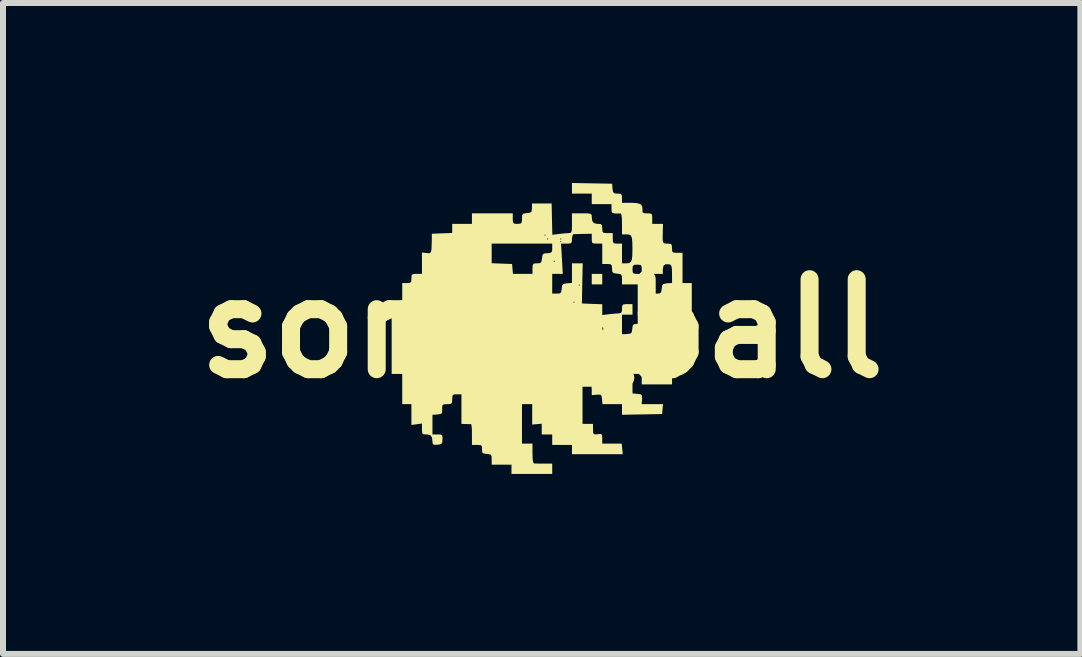
<source format=kicad_pcb>
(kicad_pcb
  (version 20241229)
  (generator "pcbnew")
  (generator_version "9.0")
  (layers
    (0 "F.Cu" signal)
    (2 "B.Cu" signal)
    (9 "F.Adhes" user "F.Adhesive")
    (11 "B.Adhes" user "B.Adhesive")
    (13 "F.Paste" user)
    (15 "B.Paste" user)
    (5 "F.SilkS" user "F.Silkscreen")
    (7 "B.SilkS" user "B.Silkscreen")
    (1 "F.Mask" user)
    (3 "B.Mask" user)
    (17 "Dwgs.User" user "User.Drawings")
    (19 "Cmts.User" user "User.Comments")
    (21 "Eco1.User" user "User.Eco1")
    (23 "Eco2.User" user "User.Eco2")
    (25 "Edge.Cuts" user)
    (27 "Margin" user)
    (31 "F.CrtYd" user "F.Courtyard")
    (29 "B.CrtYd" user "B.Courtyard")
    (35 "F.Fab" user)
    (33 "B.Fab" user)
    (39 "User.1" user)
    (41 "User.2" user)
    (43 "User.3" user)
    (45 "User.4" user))
  (footprint "sonic_ball"
    (layer "F.Cu")
    (at 5.979 2.425)
    (property "Reference" "sonic_ball" (at 0 0 0) (layer "F.SilkS") (effects (font (size 1.5 1.5) (thickness 0.3))))
    (attr board_only exclude_from_pos_files exclude_from_bom)
    (fp_poly (pts (xy 1.009 -0.823) (xy 1.009 -0.735) (xy 0.921 -0.735) (xy 0.834 -0.735) (xy 0.834 -0.823) (xy 0.834 -0.91) (xy 0.921 -0.91) (xy 1.009 -0.91)) (stroke (width 0) (type solid)) (fill yes) (layer "F.SilkS"))
    (fp_poly (pts (xy 0.839 -2.419) (xy 1.173 -2.413) (xy 1.18 -2.331) (xy 1.188 -2.277) (xy 1.207 -2.254) (xy 1.252 -2.248) (xy 1.263 -2.248) (xy 1.313 -2.245) (xy 1.334 -2.225) (xy 1.338 -2.177) (xy 1.338 -2.172) (xy 1.338 -2.095) (xy 1.491 -2.095) (xy 1.586 -2.09) (xy 1.644 -2.074) (xy 1.673 -2.041) (xy 1.68 -1.987) (xy 1.679 -1.969) (xy 1.681 -1.936) (xy 1.705 -1.922) (xy 1.758 -1.919) (xy 1.812 -1.917) (xy 1.836 -1.902) (xy 1.842 -1.861) (xy 1.842 -1.832) (xy 1.842 -1.744) (xy 1.932 -1.744) (xy 2.021 -1.744) (xy 2.018 -1.618) (xy 2.016 -1.523) (xy 2.017 -1.463) (xy 2.026 -1.431) (xy 2.044 -1.418) (xy 2.076 -1.415) (xy 2.095 -1.415) (xy 2.146 -1.411) (xy 2.167 -1.392) (xy 2.171 -1.344) (xy 2.172 -1.338) (xy 2.174 -1.289) (xy 2.191 -1.267) (xy 2.233 -1.261) (xy 2.259 -1.261) (xy 2.347 -1.261) (xy 2.347 -1.009) (xy 2.347 -0.757) (xy 2.424 -0.757) (xy 2.501 -0.757) (xy 2.501 -0.252) (xy 2.501 0.252) (xy 2.424 0.252) (xy 2.347 0.252) (xy 2.347 0.511) (xy 2.347 0.769) (xy 2.259 0.76) (xy 2.172 0.752) (xy 2.172 0.842) (xy 2.172 0.932) (xy 1.919 0.932) (xy 1.667 0.932) (xy 1.667 0.844) (xy 1.665 0.788) (xy 1.65 0.763) (xy 1.613 0.757) (xy 1.59 0.757) (xy 1.513 0.757) (xy 1.513 0.92) (xy 1.513 1.083) (xy 1.596 1.09) (xy 1.649 1.097) (xy 1.671 1.116) (xy 1.673 1.16) (xy 1.672 1.179) (xy 1.666 1.261) (xy 1.843 1.261) (xy 2.021 1.261) (xy 2.014 1.343) (xy 2.007 1.426) (xy 1.672 1.432) (xy 1.338 1.438) (xy 1.338 1.35) (xy 1.338 1.261) (xy 1.175 1.261) (xy 1.012 1.261) (xy 1.005 1.179) (xy 0.998 1.125) (xy 0.979 1.104) (xy 0.936 1.102) (xy 0.916 1.104) (xy 0.834 1.111) (xy 0.834 1.022) (xy 0.831 0.965) (xy 0.818 0.939) (xy 0.781 0.932) (xy 0.757 0.932) (xy 0.68 0.932) (xy 0.68 1.261) (xy 0.68 1.59) (xy 0.768 1.59) (xy 0.855 1.59) (xy 0.855 1.68) (xy 0.857 1.737) (xy 0.87 1.762) (xy 0.903 1.765) (xy 0.932 1.762) (xy 0.982 1.758) (xy 1.004 1.772) (xy 1.009 1.813) (xy 1.009 1.836) (xy 1.009 1.919) (xy 1.171 1.919) (xy 1.333 1.919) (xy 1.342 2.007) (xy 1.35 2.095) (xy 0.927 2.095) (xy 0.504 2.095) (xy 0.504 2.018) (xy 0.504 1.941) (xy 0.34 1.941) (xy 0.175 1.941) (xy 0.175 1.853) (xy 0.175 1.766) (xy 0.088 1.766) (xy 0 1.766) (xy 0 1.676) (xy 0 1.587) (xy -0.08 1.594) (xy -0.159 1.601) (xy -0.159 1.431) (xy -0.158 1.261) (xy -0.244 1.261) (xy -0.329 1.261) (xy -0.329 1.59) (xy -0.329 1.919) (xy -0.241 1.919) (xy -0.154 1.919) (xy -0.154 2.084) (xy -0.151 2.177) (xy -0.142 2.232) (xy -0.127 2.25) (xy -0.126 2.25) (xy -0.091 2.251) (xy -0.027 2.252) (xy 0.038 2.252) (xy 0.175 2.252) (xy 0.175 2.338) (xy 0.175 2.424) (xy -0.165 2.424) (xy -0.504 2.424) (xy -0.504 2.347) (xy -0.504 2.27) (xy -0.669 2.27) (xy -0.834 2.27) (xy -0.834 2.184) (xy -0.836 2.128) (xy -0.852 2.102) (xy -0.894 2.093) (xy -0.916 2.091) (xy -0.97 2.083) (xy -0.992 2.064) (xy -0.995 2.022) (xy -0.995 2.012) (xy -0.996 1.966) (xy -1.012 1.946) (xy -1.056 1.941) (xy -1.077 1.941) (xy -1.163 1.941) (xy -1.163 1.766) (xy -1.164 1.685) (xy -1.169 1.624) (xy -1.177 1.594) (xy -1.179 1.593) (xy -1.211 1.594) (xy -1.264 1.593) (xy -1.267 1.593) (xy -1.338 1.59) (xy -1.338 1.343) (xy -1.338 1.097) (xy -1.415 1.097) (xy -1.465 1.1) (xy -1.487 1.117) (xy -1.491 1.163) (xy -1.492 1.179) (xy -1.494 1.232) (xy -1.51 1.255) (xy -1.553 1.261) (xy -1.576 1.261) (xy -1.631 1.264) (xy -1.655 1.279) (xy -1.659 1.32) (xy -1.659 1.343) (xy -1.66 1.398) (xy -1.676 1.422) (xy -1.721 1.431) (xy -1.738 1.433) (xy -1.821 1.439) (xy -1.821 1.603) (xy -1.821 1.766) (xy -1.736 1.766) (xy -1.681 1.768) (xy -1.658 1.784) (xy -1.653 1.825) (xy -1.654 1.848) (xy -1.658 1.902) (xy -1.677 1.927) (xy -1.724 1.936) (xy -1.738 1.937) (xy -1.792 1.939) (xy -1.815 1.926) (xy -1.821 1.892) (xy -1.821 1.889) (xy -1.828 1.817) (xy -1.856 1.779) (xy -1.91 1.766) (xy -1.922 1.766) (xy -1.969 1.763) (xy -1.99 1.747) (xy -1.996 1.705) (xy -1.996 1.675) (xy -1.996 1.584) (xy -2.084 1.596) (xy -2.172 1.608) (xy -2.172 1.435) (xy -2.172 1.261) (xy -2.248 1.261) (xy -2.325 1.261) (xy -2.325 1.009) (xy -2.325 0.757) (xy -2.413 0.757) (xy -2.501 0.757) (xy -2.501 0.252) (xy -2.501 -0.002) (xy 1.011 -0.002) (xy 1.015 0.027) (xy 1.022 0.027) (xy 1.027 -0.002) (xy 1.024 -0.015) (xy 1.014 -0.023) (xy 1.011 -0.002) (xy -2.501 -0.002) (xy -2.501 -0.252) (xy -2.413 -0.252) (xy -2.325 -0.252) (xy -2.325 -0.439) (xy 0.526 -0.439) (xy 0.537 -0.428) (xy 0.548 -0.439) (xy 0.537 -0.45) (xy 0.526 -0.439) (xy -2.325 -0.439) (xy -2.325 -0.504) (xy -2.325 -0.724) (xy -1.36 -0.724) (xy -1.349 -0.713) (xy -1.338 -0.724) (xy -1.349 -0.735) (xy -1.36 -0.724) (xy -2.325 -0.724) (xy -2.325 -0.757) (xy -2.248 -0.757) (xy -2.197 -0.76) (xy -2.176 -0.779) (xy -2.172 -0.828) (xy -2.172 -0.834) (xy -2.169 -0.883) (xy -2.152 -0.905) (xy -2.11 -0.91) (xy -2.084 -0.91) (xy -1.996 -0.91) (xy -1.996 -1.088) (xy -1.996 -1.251) (xy -0.834 -1.251) (xy -0.834 -1.088) (xy -0.664 -1.081) (xy -0.494 -1.075) (xy -0.487 -0.993) (xy -0.48 -0.91) (xy -0.317 -0.91) (xy -0.154 -0.91) (xy 0.175 -0.91) (xy 0.175 -0.746) (xy 0.175 -0.581) (xy 0.251 -0.581) (xy 0.301 -0.585) (xy 0.323 -0.604) (xy 0.332 -0.652) (xy 0.333 -0.664) (xy 0.341 -0.718) (xy 0.346 -0.724) (xy 0.614 -0.724) (xy 0.625 -0.713) (xy 0.636 -0.724) (xy 0.625 -0.735) (xy 0.614 -0.724) (xy 0.346 -0.724) (xy 0.362 -0.742) (xy 0.411 -0.752) (xy 0.422 -0.753) (xy 0.504 -0.759) (xy 0.504 -0.923) (xy 0.504 -1.086) (xy 0.594 -1.086) (xy 0.683 -1.086) (xy 0.676 -0.751) (xy 0.67 -0.417) (xy 0.839 -0.41) (xy 1.009 -0.404) (xy 1.009 -0.314) (xy 1.009 -0.224) (xy 1.124 -0.238) (xy 1.2 -0.246) (xy 1.265 -0.251) (xy 1.289 -0.252) (xy 1.322 -0.259) (xy 1.336 -0.288) (xy 1.338 -0.329) (xy 1.341 -0.378) (xy 1.357 -0.4) (xy 1.4 -0.406) (xy 1.426 -0.406) (xy 1.513 -0.406) (xy 1.513 -0.318) (xy 1.513 -0.23) (xy 1.426 -0.23) (xy 1.338 -0.23) (xy 1.338 -0.067) (xy 1.338 0.097) (xy 1.42 0.092) (xy 1.474 0.086) (xy 1.499 0.066) (xy 1.508 0.018) (xy 1.509 0.005) (xy 1.517 -0.048) (xy 1.537 -0.071) (xy 1.582 -0.077) (xy 1.597 -0.077) (xy 1.65 -0.074) (xy 1.673 -0.057) (xy 1.678 -0.013) (xy 1.678 0.005) (xy 1.681 0.059) (xy 1.697 0.082) (xy 1.74 0.088) (xy 1.755 0.088) (xy 1.832 0.088) (xy 1.838 -0.159) (xy 1.844 -0.406) (xy 1.755 -0.406) (xy 1.667 -0.406) (xy 1.667 -0.57) (xy 1.667 -0.735) (xy 1.503 -0.735) (xy 1.338 -0.735) (xy 1.338 -0.821) (xy 1.335 -0.877) (xy 1.319 -0.903) (xy 1.278 -0.912) (xy 1.256 -0.914) (xy 1.202 -0.922) (xy 1.178 -0.942) (xy 1.172 -0.987) (xy 1.513 -0.987) (xy 1.517 -0.936) (xy 1.536 -0.914) (xy 1.584 -0.91) (xy 1.59 -0.91) (xy 1.642 -0.907) (xy 1.663 -0.888) (xy 1.667 -0.839) (xy 1.667 -0.834) (xy 1.671 -0.781) (xy 1.69 -0.759) (xy 1.727 -0.754) (xy 1.782 -0.753) (xy 1.815 -0.755) (xy 1.835 -0.738) (xy 1.842 -0.679) (xy 1.842 -0.67) (xy 1.845 -0.613) (xy 1.859 -0.588) (xy 1.895 -0.581) (xy 1.918 -0.581) (xy 1.968 -0.585) (xy 1.99 -0.604) (xy 1.999 -0.652) (xy 2 -0.664) (xy 2.008 -0.718) (xy 2.029 -0.742) (xy 2.078 -0.752) (xy 2.089 -0.753) (xy 2.172 -0.759) (xy 2.172 -0.909) (xy 2.17 -0.991) (xy 2.163 -1.038) (xy 2.148 -1.061) (xy 2.133 -1.068) (xy 2.067 -1.072) (xy 2.029 -1.045) (xy 2.018 -0.985) (xy 2.018 -0.91) (xy 1.842 -0.91) (xy 1.667 -0.91) (xy 1.667 -0.987) (xy 1.664 -1.039) (xy 1.644 -1.06) (xy 1.596 -1.064) (xy 1.59 -1.064) (xy 1.539 -1.06) (xy 1.518 -1.041) (xy 1.513 -0.993) (xy 1.513 -0.987) (xy 1.172 -0.987) (xy 1.172 -0.987) (xy 1.172 -0.998) (xy 1.168 -1.049) (xy 1.149 -1.07) (xy 1.103 -1.075) (xy 1.09 -1.075) (xy 1.009 -1.075) (xy 1.009 -1.245) (xy 1.009 -1.415) (xy 0.921 -1.415) (xy 0.865 -1.417) (xy 0.84 -1.432) (xy 0.834 -1.47) (xy 0.834 -1.497) (xy 0.834 -1.579) (xy 0.691 -1.576) (xy 0.614 -1.575) (xy 0.554 -1.572) (xy 0.526 -1.571) (xy 0.512 -1.55) (xy 0.505 -1.501) (xy 0.504 -1.492) (xy 0.502 -1.443) (xy 0.486 -1.421) (xy 0.445 -1.415) (xy 0.413 -1.415) (xy 0.322 -1.415) (xy 0.337 -1.163) (xy 0.351 -0.91) (xy 0.263 -0.91) (xy 0.175 -0.91) (xy -0.154 -0.91) (xy -0.154 -0.998) (xy -0.151 -1.054) (xy -0.137 -1.079) (xy -0.1 -1.086) (xy -0.078 -1.086) (xy -0.028 -1.089) (xy -0.006 -1.108) (xy -0.004 -1.119) (xy 0.197 -1.119) (xy 0.208 -1.108) (xy 0.219 -1.119) (xy 0.208 -1.13) (xy 0.197 -1.119) (xy -0.004 -1.119) (xy 0.003 -1.156) (xy 0.004 -1.168) (xy 0.014 -1.225) (xy 0.036 -1.249) (xy 0.055 -1.252) (xy 0.124 -1.257) (xy 0.16 -1.268) (xy 0.173 -1.292) (xy 0.175 -1.337) (xy 0.175 -1.338) (xy 0.175 -1.415) (xy -0.329 -1.415) (xy -0.834 -1.415) (xy -0.834 -1.251) (xy -1.996 -1.251) (xy -1.996 -1.266) (xy -1.919 -1.257) (xy -1.883 -1.254) (xy -1.858 -1.26) (xy -1.844 -1.282) (xy -1.837 -1.328) (xy -1.834 -1.405) (xy -1.833 -1.448) (xy 0.307 -1.448) (xy 0.318 -1.437) (xy 0.329 -1.448) (xy 0.318 -1.459) (xy 0.307 -1.448) (xy -1.833 -1.448) (xy -1.832 -1.492) (xy 0.088 -1.492) (xy 0.099 -1.481) (xy 0.11 -1.492) (xy 0.307 -1.492) (xy 0.318 -1.481) (xy 0.329 -1.492) (xy 0.318 -1.503) (xy 0.307 -1.492) (xy 0.11 -1.492) (xy 0.099 -1.503) (xy 0.088 -1.492) (xy -1.832 -1.492) (xy -1.832 -1.557) (xy 0.044 -1.557) (xy 0.055 -1.546) (xy 0.066 -1.557) (xy 0.055 -1.568) (xy 0.044 -1.557) (xy -1.832 -1.557) (xy -1.832 -1.579) (xy -1.662 -1.586) (xy -1.492 -1.592) (xy -1.492 -1.668) (xy -1.492 -1.744) (xy -1.327 -1.744) (xy -1.163 -1.744) (xy -1.163 -1.832) (xy -1.163 -1.919) (xy -0.823 -1.919) (xy -0.483 -1.919) (xy -0.483 -1.832) (xy -0.48 -1.775) (xy -0.466 -1.75) (xy -0.428 -1.744) (xy -0.406 -1.744) (xy -0.356 -1.747) (xy -0.335 -1.763) (xy -0.329 -1.807) (xy -0.329 -1.83) (xy -0.326 -1.886) (xy -0.31 -1.912) (xy -0.269 -1.921) (xy -0.247 -1.923) (xy -0.193 -1.931) (xy -0.169 -1.951) (xy -0.163 -1.996) (xy -0.163 -2.007) (xy -0.162 -2.084) (xy 0.001 -2.084) (xy 0.165 -2.084) (xy 0.171 -1.823) (xy 0.177 -1.562) (xy 0.291 -1.576) (xy 0.367 -1.584) (xy 0.432 -1.589) (xy 0.455 -1.59) (xy 0.48 -1.593) (xy 0.495 -1.608) (xy 0.502 -1.643) (xy 0.504 -1.709) (xy 0.504 -1.755) (xy 0.504 -1.919) (xy 0.669 -1.919) (xy 0.753 -1.919) (xy 0.802 -1.914) (xy 0.825 -1.904) (xy 0.833 -1.884) (xy 0.834 -1.866) (xy 0.841 -1.794) (xy 0.87 -1.756) (xy 0.925 -1.744) (xy 0.935 -1.744) (xy 0.984 -1.74) (xy 1.005 -1.721) (xy 1.009 -1.671) (xy 1.009 -1.667) (xy 1.012 -1.618) (xy 1.028 -1.596) (xy 1.071 -1.59) (xy 1.097 -1.59) (xy 1.184 -1.59) (xy 1.184 -1.503) (xy 1.187 -1.446) (xy 1.201 -1.421) (xy 1.239 -1.415) (xy 1.261 -1.415) (xy 1.338 -1.415) (xy 1.338 -1.25) (xy 1.338 -1.086) (xy 1.412 -1.086) (xy 1.456 -1.09) (xy 1.485 -1.109) (xy 1.502 -1.149) (xy 1.51 -1.218) (xy 1.512 -1.322) (xy 1.512 -1.341) (xy 1.51 -1.443) (xy 1.503 -1.509) (xy 1.488 -1.547) (xy 1.462 -1.564) (xy 1.421 -1.568) (xy 1.413 -1.568) (xy 1.338 -1.568) (xy 1.338 -1.745) (xy 1.336 -1.839) (xy 1.329 -1.895) (xy 1.316 -1.917) (xy 1.311 -1.918) (xy 1.269 -1.916) (xy 1.223 -1.917) (xy 1.182 -1.924) (xy 1.165 -1.949) (xy 1.163 -1.996) (xy 1.163 -2.073) (xy 0.998 -2.073) (xy 0.834 -2.073) (xy 0.834 -2.161) (xy 0.834 -2.248) (xy 0.669 -2.248) (xy 0.504 -2.248) (xy 0.504 -2.337) (xy 0.504 -2.425)) (stroke (width 0) (type solid)) (fill yes) (layer "F.SilkS")))
  (gr_rect
    (start -3 -3)
    (end 14.957 7.849)
    (stroke (width 0.1) (type default))
    (fill no)
    (layer "Edge.Cuts")))
</source>
